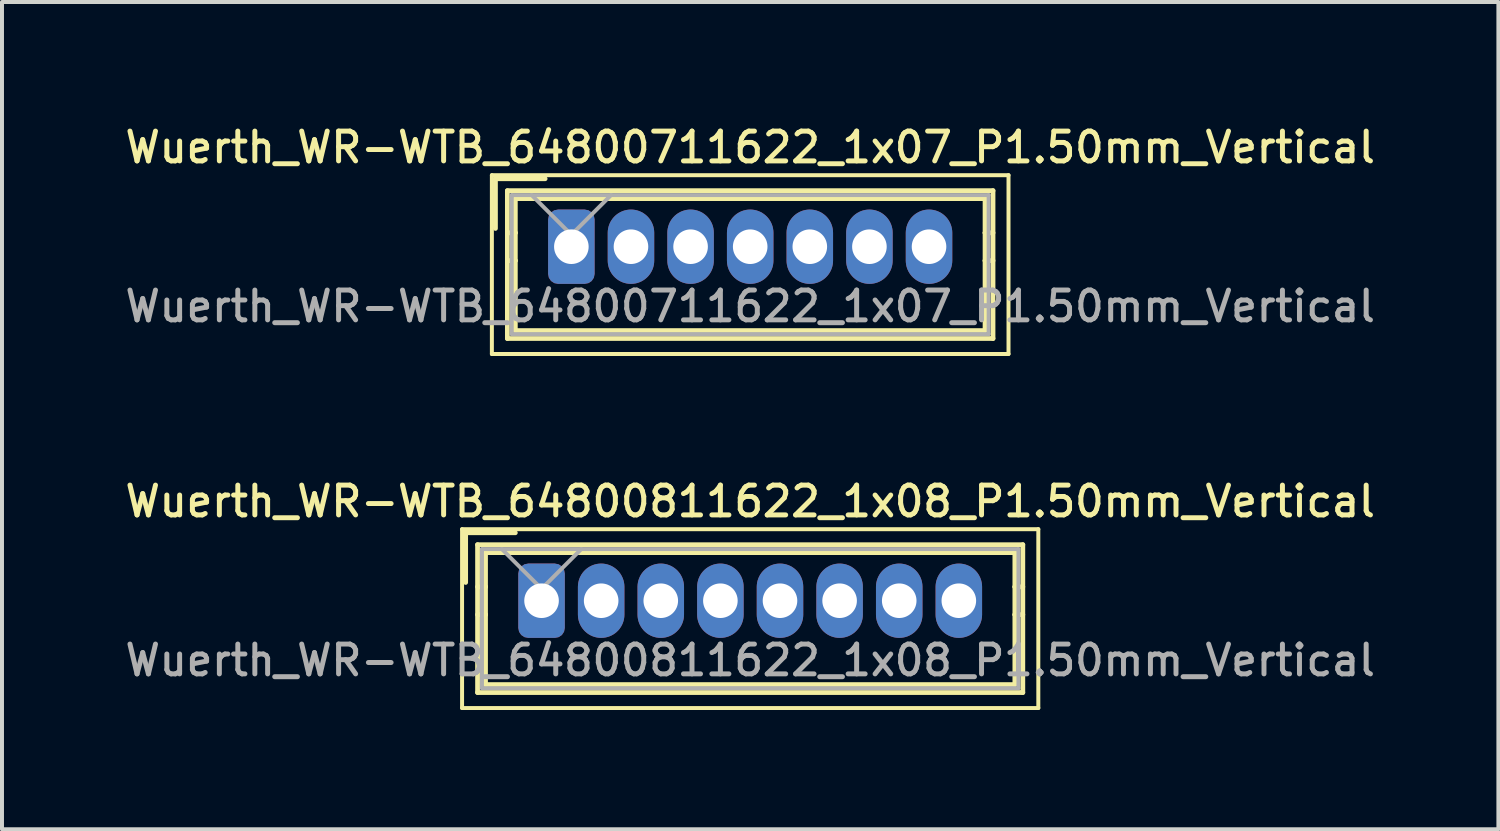
<source format=kicad_pcb>
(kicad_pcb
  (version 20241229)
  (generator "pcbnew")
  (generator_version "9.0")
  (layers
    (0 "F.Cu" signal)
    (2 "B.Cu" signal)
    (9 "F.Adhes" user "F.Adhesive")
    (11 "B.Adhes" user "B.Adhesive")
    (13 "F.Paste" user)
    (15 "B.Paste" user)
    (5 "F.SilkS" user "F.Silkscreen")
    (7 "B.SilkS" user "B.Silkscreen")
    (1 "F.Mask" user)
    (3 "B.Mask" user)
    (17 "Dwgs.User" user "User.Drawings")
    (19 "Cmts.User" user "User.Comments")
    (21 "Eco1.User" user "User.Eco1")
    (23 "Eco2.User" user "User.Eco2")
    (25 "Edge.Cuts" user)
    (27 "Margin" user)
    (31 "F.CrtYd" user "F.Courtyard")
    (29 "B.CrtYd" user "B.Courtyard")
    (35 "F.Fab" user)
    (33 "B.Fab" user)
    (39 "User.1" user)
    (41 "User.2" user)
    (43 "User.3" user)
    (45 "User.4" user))
  (footprint "Wuerth_WR-WTB_64800811622_1x08_P1.50mm_Vertical"
    (layer "F.Cu")
    (at 10.577 12.066)
    (property "Reference" "Wuerth_WR-WTB_64800811622_1x08_P1.50mm_Vertical" (at 5.25 -2.5 0) (layer "F.SilkS") (effects (font (size 0.75 0.75) (thickness 0.125))))
    (attr through_hole)
    (fp_line (start -2 -1.8) (end -2 2.7) (stroke (width 0.1) (type solid)) (layer "F.SilkS"))
    (fp_line (start -2 2.7) (end 12.5 2.7) (stroke (width 0.1) (type solid)) (layer "F.SilkS"))
    (fp_line (start -1.91 -1.71) (end -1.91 -0.46) (stroke (width 0.12) (type solid)) (layer "F.SilkS"))
    (fp_line (start -1.61 -1.41) (end -1.61 2.31) (stroke (width 0.12) (type solid)) (layer "F.SilkS"))
    (fp_line (start -1.61 -0.35) (end -1.41 -0.35) (stroke (width 0.12) (type solid)) (layer "F.SilkS"))
    (fp_line (start -1.61 2.31) (end 12.11 2.31) (stroke (width 0.12) (type solid)) (layer "F.SilkS"))
    (fp_line (start -1.41 -1.21) (end 11.91 -1.21) (stroke (width 0.12) (type solid)) (layer "F.SilkS"))
    (fp_line (start -1.41 -0.35) (end -1.41 -1.21) (stroke (width 0.12) (type solid)) (layer "F.SilkS"))
    (fp_line (start -1.41 -0.35) (end -1.41 0.35) (stroke (width 0.12) (type solid)) (layer "F.SilkS"))
    (fp_line (start -1.41 0.35) (end -1.61 0.35) (stroke (width 0.12) (type solid)) (layer "F.SilkS"))
    (fp_line (start -1.41 0.35) (end -1.41 2.11) (stroke (width 0.12) (type solid)) (layer "F.SilkS"))
    (fp_line (start -1.41 2.11) (end 11.91 2.11) (stroke (width 0.12) (type solid)) (layer "F.SilkS"))
    (fp_line (start -0.66 -1.71) (end -1.91 -1.71) (stroke (width 0.12) (type solid)) (layer "F.SilkS"))
    (fp_line (start 11.91 -1.21) (end 11.91 -0.35) (stroke (width 0.12) (type solid)) (layer "F.SilkS"))
    (fp_line (start 11.91 -0.35) (end 11.91 0.35) (stroke (width 0.12) (type solid)) (layer "F.SilkS"))
    (fp_line (start 11.91 -0.35) (end 12.11 -0.35) (stroke (width 0.12) (type solid)) (layer "F.SilkS"))
    (fp_line (start 11.91 0.35) (end 12.11 0.35) (stroke (width 0.12) (type solid)) (layer "F.SilkS"))
    (fp_line (start 11.91 2.11) (end 11.91 0.35) (stroke (width 0.12) (type solid)) (layer "F.SilkS"))
    (fp_line (start 12.11 -1.41) (end -1.61 -1.41) (stroke (width 0.12) (type solid)) (layer "F.SilkS"))
    (fp_line (start 12.11 2.31) (end 12.11 -1.41) (stroke (width 0.12) (type solid)) (layer "F.SilkS"))
    (fp_line (start 12.5 -1.8) (end -2 -1.8) (stroke (width 0.1) (type solid)) (layer "F.SilkS"))
    (fp_line (start 12.5 2.7) (end 12.5 -1.8) (stroke (width 0.1) (type solid)) (layer "F.SilkS"))
    (fp_line (start -1.5 -1.3) (end -1.5 2.2) (stroke (width 0.1) (type solid)) (layer "F.Fab"))
    (fp_line (start -1.5 2.2) (end 12 2.2) (stroke (width 0.1) (type solid)) (layer "F.Fab"))
    (fp_line (start -1 -1.3) (end 0 -0.3) (stroke (width 0.1) (type solid)) (layer "F.Fab"))
    (fp_line (start 0 -0.3) (end 1 -1.3) (stroke (width 0.1) (type solid)) (layer "F.Fab"))
    (fp_line (start 12 -1.3) (end -1.5 -1.3) (stroke (width 0.1) (type solid)) (layer "F.Fab"))
    (fp_line (start 12 2.2) (end 12 -1.3) (stroke (width 0.1) (type solid)) (layer "F.Fab"))
    (fp_text user "${REFERENCE}" (at 5.25 1.5 0) (layer "F.Fab") (effects (font (size 0.75 0.75) (thickness 0.125))))
    (pad "1" thru_hole roundrect (at 0 0) (size 1.17 1.87) (drill 0.87) (layers "*.Cu" "*.Mask") (roundrect_rratio 0.214))
    (pad "2" thru_hole oval (at 1.5 0) (size 1.17 1.87) (drill 0.87) (layers "*.Cu" "*.Mask"))
    (pad "3" thru_hole oval (at 3 0) (size 1.17 1.87) (drill 0.87) (layers "*.Cu" "*.Mask"))
    (pad "4" thru_hole oval (at 4.5 0) (size 1.17 1.87) (drill 0.87) (layers "*.Cu" "*.Mask"))
    (pad "5" thru_hole oval (at 6 0) (size 1.17 1.87) (drill 0.87) (layers "*.Cu" "*.Mask"))
    (pad "6" thru_hole oval (at 7.5 0) (size 1.17 1.87) (drill 0.87) (layers "*.Cu" "*.Mask"))
    (pad "7" thru_hole oval (at 9 0) (size 1.17 1.87) (drill 0.87) (layers "*.Cu" "*.Mask"))
    (pad "8" thru_hole oval (at 10.5 0) (size 1.17 1.87) (drill 0.87) (layers "*.Cu" "*.Mask")))
  (footprint "Wuerth_WR-WTB_64800711622_1x07_P1.50mm_Vertical"
    (layer "F.Cu")
    (at 11.327 3.158)
    (property "Reference" "Wuerth_WR-WTB_64800711622_1x07_P1.50mm_Vertical" (at 4.5 -2.5 0) (layer "F.SilkS") (effects (font (size 0.75 0.75) (thickness 0.125))))
    (attr through_hole)
    (fp_line (start -2 -1.8) (end -2 2.7) (stroke (width 0.1) (type solid)) (layer "F.SilkS"))
    (fp_line (start -2 2.7) (end 11 2.7) (stroke (width 0.1) (type solid)) (layer "F.SilkS"))
    (fp_line (start -1.91 -1.71) (end -1.91 -0.46) (stroke (width 0.12) (type solid)) (layer "F.SilkS"))
    (fp_line (start -1.61 -1.41) (end -1.61 2.31) (stroke (width 0.12) (type solid)) (layer "F.SilkS"))
    (fp_line (start -1.61 -0.35) (end -1.41 -0.35) (stroke (width 0.12) (type solid)) (layer "F.SilkS"))
    (fp_line (start -1.61 2.31) (end 10.61 2.31) (stroke (width 0.12) (type solid)) (layer "F.SilkS"))
    (fp_line (start -1.41 -1.21) (end 10.41 -1.21) (stroke (width 0.12) (type solid)) (layer "F.SilkS"))
    (fp_line (start -1.41 -0.35) (end -1.41 -1.21) (stroke (width 0.12) (type solid)) (layer "F.SilkS"))
    (fp_line (start -1.41 -0.35) (end -1.41 0.35) (stroke (width 0.12) (type solid)) (layer "F.SilkS"))
    (fp_line (start -1.41 0.35) (end -1.61 0.35) (stroke (width 0.12) (type solid)) (layer "F.SilkS"))
    (fp_line (start -1.41 0.35) (end -1.41 2.11) (stroke (width 0.12) (type solid)) (layer "F.SilkS"))
    (fp_line (start -1.41 2.11) (end 10.41 2.11) (stroke (width 0.12) (type solid)) (layer "F.SilkS"))
    (fp_line (start -0.66 -1.71) (end -1.91 -1.71) (stroke (width 0.12) (type solid)) (layer "F.SilkS"))
    (fp_line (start 10.41 -1.21) (end 10.41 -0.35) (stroke (width 0.12) (type solid)) (layer "F.SilkS"))
    (fp_line (start 10.41 -0.35) (end 10.41 0.35) (stroke (width 0.12) (type solid)) (layer "F.SilkS"))
    (fp_line (start 10.41 -0.35) (end 10.61 -0.35) (stroke (width 0.12) (type solid)) (layer "F.SilkS"))
    (fp_line (start 10.41 0.35) (end 10.61 0.35) (stroke (width 0.12) (type solid)) (layer "F.SilkS"))
    (fp_line (start 10.41 2.11) (end 10.41 0.35) (stroke (width 0.12) (type solid)) (layer "F.SilkS"))
    (fp_line (start 10.61 -1.41) (end -1.61 -1.41) (stroke (width 0.12) (type solid)) (layer "F.SilkS"))
    (fp_line (start 10.61 2.31) (end 10.61 -1.41) (stroke (width 0.12) (type solid)) (layer "F.SilkS"))
    (fp_line (start 11 -1.8) (end -2 -1.8) (stroke (width 0.1) (type solid)) (layer "F.SilkS"))
    (fp_line (start 11 2.7) (end 11 -1.8) (stroke (width 0.1) (type solid)) (layer "F.SilkS"))
    (fp_line (start -1.5 -1.3) (end -1.5 2.2) (stroke (width 0.1) (type solid)) (layer "F.Fab"))
    (fp_line (start -1.5 2.2) (end 10.5 2.2) (stroke (width 0.1) (type solid)) (layer "F.Fab"))
    (fp_line (start -1 -1.3) (end 0 -0.3) (stroke (width 0.1) (type solid)) (layer "F.Fab"))
    (fp_line (start 0 -0.3) (end 1 -1.3) (stroke (width 0.1) (type solid)) (layer "F.Fab"))
    (fp_line (start 10.5 -1.3) (end -1.5 -1.3) (stroke (width 0.1) (type solid)) (layer "F.Fab"))
    (fp_line (start 10.5 2.2) (end 10.5 -1.3) (stroke (width 0.1) (type solid)) (layer "F.Fab"))
    (fp_text user "${REFERENCE}" (at 4.5 1.5 0) (layer "F.Fab") (effects (font (size 0.75 0.75) (thickness 0.125))))
    (pad "1" thru_hole roundrect (at 0 0) (size 1.17 1.87) (drill 0.87) (layers "*.Cu" "*.Mask") (roundrect_rratio 0.214))
    (pad "2" thru_hole oval (at 1.5 0) (size 1.17 1.87) (drill 0.87) (layers "*.Cu" "*.Mask"))
    (pad "3" thru_hole oval (at 3 0) (size 1.17 1.87) (drill 0.87) (layers "*.Cu" "*.Mask"))
    (pad "4" thru_hole oval (at 4.5 0) (size 1.17 1.87) (drill 0.87) (layers "*.Cu" "*.Mask"))
    (pad "5" thru_hole oval (at 6 0) (size 1.17 1.87) (drill 0.87) (layers "*.Cu" "*.Mask"))
    (pad "6" thru_hole oval (at 7.5 0) (size 1.17 1.87) (drill 0.87) (layers "*.Cu" "*.Mask"))
    (pad "7" thru_hole oval (at 9 0) (size 1.17 1.87) (drill 0.87) (layers "*.Cu" "*.Mask")))
  (gr_rect
    (start -3 -3)
    (end 34.654 17.816)
    (stroke (width 0.1) (type default))
    (fill no)
    (layer "Edge.Cuts")))
</source>
